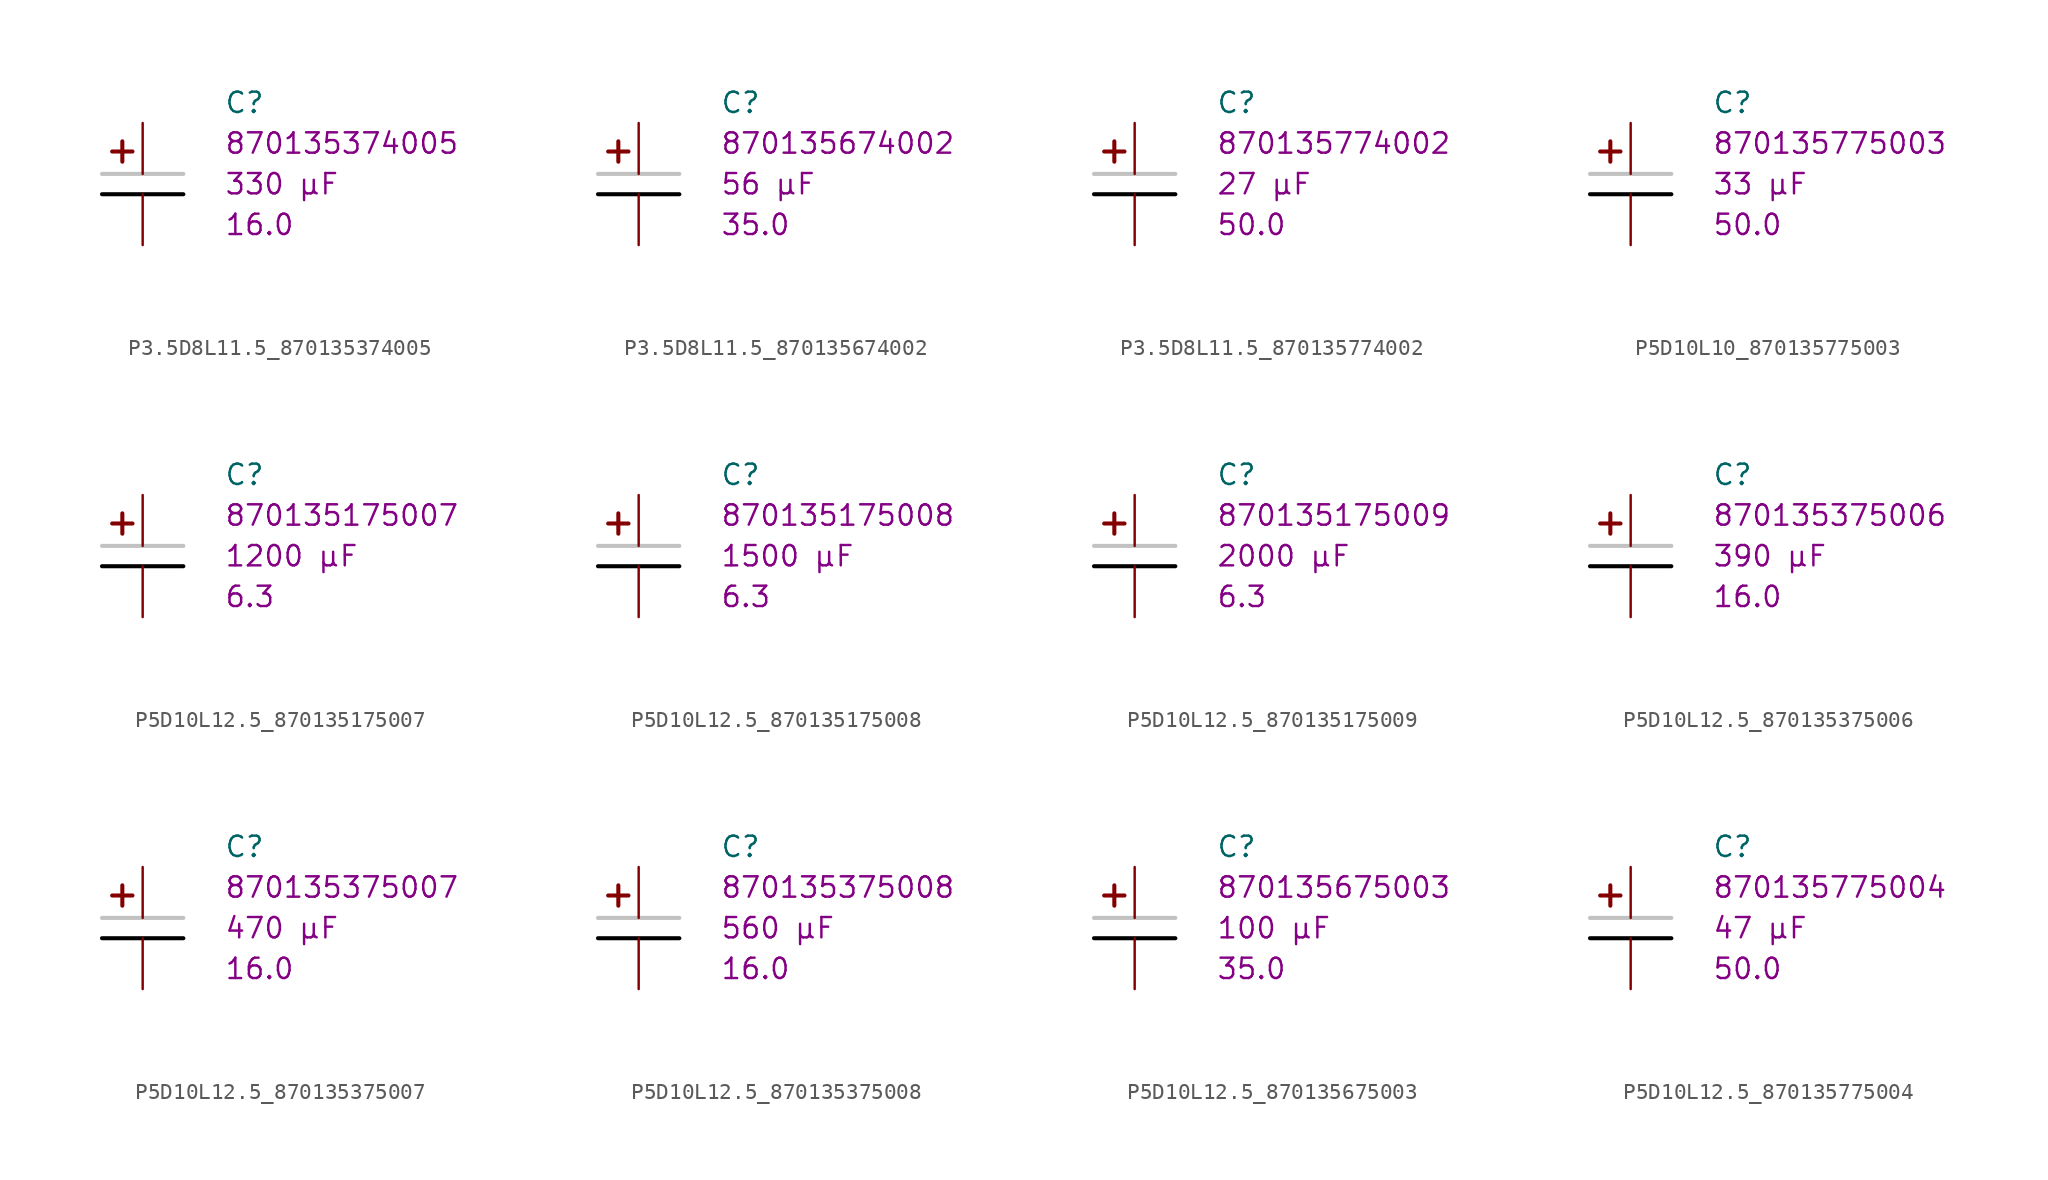
<source format=kicad_sym>
(kicad_symbol_lib
  (version 20220914)
  (generator kicad_symbol_editor)
  (symbol "P3.5D8L11.5_870135374005"
    (pin_numbers hide)
    (pin_names hide)
    (property "Reference" "C"
      (at 5.08 5.08 0)
      (effects (font (size 1.27 1.27)) (justify left)))
    (property "Part Number" "870135374005"
      (at 5.08 2.54 0)
      (effects (font (size 1.27 1.27)) (justify left)))
    (property "Capacitance" "330 µF"
      (at 5.08 0 0)
      (effects (font (size 1.27 1.27)) (justify left)))
    (property "Voltage" "16.0"
      (at 5.08 -2.54 0)
      (effects (font (size 1.27 1.27)) (justify left)))
    (property "Critical Parameter" ""
      (at 0 -7.62 0)
      (effects (font (size 1.27 1.27))))
    (symbol "P3.5D8L11.5_870135374005_1_1"
      (polyline (pts (xy -1.27 2.667) (xy -1.27 1.397)) (stroke (width 0.254) (type default)) (fill (type none)))
      (polyline (pts (xy -0.635 2.032) (xy -1.905 2.032)) (stroke (width 0.254) (type default)) (fill (type none)))
      (polyline (pts (xy 2.54 -0.635) (xy -2.54 -0.635)) (stroke (width 0.254) (type default) (color 0 0 0 1)) (fill (type none)))
      (polyline (pts (xy 2.54 0.635) (xy -2.54 0.635)) (stroke (width 0.254) (type default) (color 194 194 194 1)) (fill (type none)))
      (pin passive line (at 0 3.81 270) (length 3.175) (name "1" (effects (font (size 1.27 1.27)))) (number "1" (effects (font (size 1.27 1.27)))))
      (pin passive line (at 0 -3.81 90) (length 3.175) (name "2" (effects (font (size 1.27 1.27)))) (number "2" (effects (font (size 1.27 1.27)))))))
  (symbol "P3.5D8L11.5_870135674002"
    (pin_numbers hide)
    (pin_names hide)
    (property "Reference" "C"
      (at 5.08 5.08 0)
      (effects (font (size 1.27 1.27)) (justify left)))
    (property "Part Number" "870135674002"
      (at 5.08 2.54 0)
      (effects (font (size 1.27 1.27)) (justify left)))
    (property "Capacitance" "56 µF"
      (at 5.08 0 0)
      (effects (font (size 1.27 1.27)) (justify left)))
    (property "Voltage" "35.0"
      (at 5.08 -2.54 0)
      (effects (font (size 1.27 1.27)) (justify left)))
    (property "Critical Parameter" ""
      (at 0 -7.62 0)
      (effects (font (size 1.27 1.27))))
    (symbol "P3.5D8L11.5_870135674002_1_1"
      (polyline (pts (xy -1.27 2.667) (xy -1.27 1.397)) (stroke (width 0.254) (type default)) (fill (type none)))
      (polyline (pts (xy -0.635 2.032) (xy -1.905 2.032)) (stroke (width 0.254) (type default)) (fill (type none)))
      (polyline (pts (xy 2.54 -0.635) (xy -2.54 -0.635)) (stroke (width 0.254) (type default) (color 0 0 0 1)) (fill (type none)))
      (polyline (pts (xy 2.54 0.635) (xy -2.54 0.635)) (stroke (width 0.254) (type default) (color 194 194 194 1)) (fill (type none)))
      (pin passive line (at 0 3.81 270) (length 3.175) (name "1" (effects (font (size 1.27 1.27)))) (number "1" (effects (font (size 1.27 1.27)))))
      (pin passive line (at 0 -3.81 90) (length 3.175) (name "2" (effects (font (size 1.27 1.27)))) (number "2" (effects (font (size 1.27 1.27)))))))
  (symbol "P3.5D8L11.5_870135774002"
    (pin_numbers hide)
    (pin_names hide)
    (property "Reference" "C"
      (at 5.08 5.08 0)
      (effects (font (size 1.27 1.27)) (justify left)))
    (property "Part Number" "870135774002"
      (at 5.08 2.54 0)
      (effects (font (size 1.27 1.27)) (justify left)))
    (property "Capacitance" "27 µF"
      (at 5.08 0 0)
      (effects (font (size 1.27 1.27)) (justify left)))
    (property "Voltage" "50.0"
      (at 5.08 -2.54 0)
      (effects (font (size 1.27 1.27)) (justify left)))
    (property "Critical Parameter" ""
      (at 0 -7.62 0)
      (effects (font (size 1.27 1.27))))
    (symbol "P3.5D8L11.5_870135774002_1_1"
      (polyline (pts (xy -1.27 2.667) (xy -1.27 1.397)) (stroke (width 0.254) (type default)) (fill (type none)))
      (polyline (pts (xy -0.635 2.032) (xy -1.905 2.032)) (stroke (width 0.254) (type default)) (fill (type none)))
      (polyline (pts (xy 2.54 -0.635) (xy -2.54 -0.635)) (stroke (width 0.254) (type default) (color 0 0 0 1)) (fill (type none)))
      (polyline (pts (xy 2.54 0.635) (xy -2.54 0.635)) (stroke (width 0.254) (type default) (color 194 194 194 1)) (fill (type none)))
      (pin passive line (at 0 3.81 270) (length 3.175) (name "1" (effects (font (size 1.27 1.27)))) (number "1" (effects (font (size 1.27 1.27)))))
      (pin passive line (at 0 -3.81 90) (length 3.175) (name "2" (effects (font (size 1.27 1.27)))) (number "2" (effects (font (size 1.27 1.27)))))))
  (symbol "P5D10L10_870135775003"
    (pin_numbers hide)
    (pin_names hide)
    (property "Reference" "C"
      (at 5.08 5.08 0)
      (effects (font (size 1.27 1.27)) (justify left)))
    (property "Part Number" "870135775003"
      (at 5.08 2.54 0)
      (effects (font (size 1.27 1.27)) (justify left)))
    (property "Capacitance" "33 µF"
      (at 5.08 0 0)
      (effects (font (size 1.27 1.27)) (justify left)))
    (property "Voltage" "50.0"
      (at 5.08 -2.54 0)
      (effects (font (size 1.27 1.27)) (justify left)))
    (property "Critical Parameter" ""
      (at 0 -7.62 0)
      (effects (font (size 1.27 1.27))))
    (symbol "P5D10L10_870135775003_1_1"
      (polyline (pts (xy -1.27 2.667) (xy -1.27 1.397)) (stroke (width 0.254) (type default)) (fill (type none)))
      (polyline (pts (xy -0.635 2.032) (xy -1.905 2.032)) (stroke (width 0.254) (type default)) (fill (type none)))
      (polyline (pts (xy 2.54 -0.635) (xy -2.54 -0.635)) (stroke (width 0.254) (type default) (color 0 0 0 1)) (fill (type none)))
      (polyline (pts (xy 2.54 0.635) (xy -2.54 0.635)) (stroke (width 0.254) (type default) (color 194 194 194 1)) (fill (type none)))
      (pin passive line (at 0 3.81 270) (length 3.175) (name "1" (effects (font (size 1.27 1.27)))) (number "1" (effects (font (size 1.27 1.27)))))
      (pin passive line (at 0 -3.81 90) (length 3.175) (name "2" (effects (font (size 1.27 1.27)))) (number "2" (effects (font (size 1.27 1.27)))))))
  (symbol "P5D10L12.5_870135175007"
    (pin_numbers hide)
    (pin_names hide)
    (property "Reference" "C"
      (at 5.08 5.08 0)
      (effects (font (size 1.27 1.27)) (justify left)))
    (property "Part Number" "870135175007"
      (at 5.08 2.54 0)
      (effects (font (size 1.27 1.27)) (justify left)))
    (property "Capacitance" "1200 µF"
      (at 5.08 0 0)
      (effects (font (size 1.27 1.27)) (justify left)))
    (property "Voltage" "6.3"
      (at 5.08 -2.54 0)
      (effects (font (size 1.27 1.27)) (justify left)))
    (property "Critical Parameter" ""
      (at 0 -7.62 0)
      (effects (font (size 1.27 1.27))))
    (symbol "P5D10L12.5_870135175007_1_1"
      (polyline (pts (xy -1.27 2.667) (xy -1.27 1.397)) (stroke (width 0.254) (type default)) (fill (type none)))
      (polyline (pts (xy -0.635 2.032) (xy -1.905 2.032)) (stroke (width 0.254) (type default)) (fill (type none)))
      (polyline (pts (xy 2.54 -0.635) (xy -2.54 -0.635)) (stroke (width 0.254) (type default) (color 0 0 0 1)) (fill (type none)))
      (polyline (pts (xy 2.54 0.635) (xy -2.54 0.635)) (stroke (width 0.254) (type default) (color 194 194 194 1)) (fill (type none)))
      (pin passive line (at 0 3.81 270) (length 3.175) (name "1" (effects (font (size 1.27 1.27)))) (number "1" (effects (font (size 1.27 1.27)))))
      (pin passive line (at 0 -3.81 90) (length 3.175) (name "2" (effects (font (size 1.27 1.27)))) (number "2" (effects (font (size 1.27 1.27)))))))
  (symbol "P5D10L12.5_870135175008"
    (pin_numbers hide)
    (pin_names hide)
    (property "Reference" "C"
      (at 5.08 5.08 0)
      (effects (font (size 1.27 1.27)) (justify left)))
    (property "Part Number" "870135175008"
      (at 5.08 2.54 0)
      (effects (font (size 1.27 1.27)) (justify left)))
    (property "Capacitance" "1500 µF"
      (at 5.08 0 0)
      (effects (font (size 1.27 1.27)) (justify left)))
    (property "Voltage" "6.3"
      (at 5.08 -2.54 0)
      (effects (font (size 1.27 1.27)) (justify left)))
    (property "Critical Parameter" ""
      (at 0 -7.62 0)
      (effects (font (size 1.27 1.27))))
    (symbol "P5D10L12.5_870135175008_1_1"
      (polyline (pts (xy -1.27 2.667) (xy -1.27 1.397)) (stroke (width 0.254) (type default)) (fill (type none)))
      (polyline (pts (xy -0.635 2.032) (xy -1.905 2.032)) (stroke (width 0.254) (type default)) (fill (type none)))
      (polyline (pts (xy 2.54 -0.635) (xy -2.54 -0.635)) (stroke (width 0.254) (type default) (color 0 0 0 1)) (fill (type none)))
      (polyline (pts (xy 2.54 0.635) (xy -2.54 0.635)) (stroke (width 0.254) (type default) (color 194 194 194 1)) (fill (type none)))
      (pin passive line (at 0 3.81 270) (length 3.175) (name "1" (effects (font (size 1.27 1.27)))) (number "1" (effects (font (size 1.27 1.27)))))
      (pin passive line (at 0 -3.81 90) (length 3.175) (name "2" (effects (font (size 1.27 1.27)))) (number "2" (effects (font (size 1.27 1.27)))))))
  (symbol "P5D10L12.5_870135175009"
    (pin_numbers hide)
    (pin_names hide)
    (property "Reference" "C"
      (at 5.08 5.08 0)
      (effects (font (size 1.27 1.27)) (justify left)))
    (property "Part Number" "870135175009"
      (at 5.08 2.54 0)
      (effects (font (size 1.27 1.27)) (justify left)))
    (property "Capacitance" "2000 µF"
      (at 5.08 0 0)
      (effects (font (size 1.27 1.27)) (justify left)))
    (property "Voltage" "6.3"
      (at 5.08 -2.54 0)
      (effects (font (size 1.27 1.27)) (justify left)))
    (property "Critical Parameter" ""
      (at 0 -7.62 0)
      (effects (font (size 1.27 1.27))))
    (symbol "P5D10L12.5_870135175009_1_1"
      (polyline (pts (xy -1.27 2.667) (xy -1.27 1.397)) (stroke (width 0.254) (type default)) (fill (type none)))
      (polyline (pts (xy -0.635 2.032) (xy -1.905 2.032)) (stroke (width 0.254) (type default)) (fill (type none)))
      (polyline (pts (xy 2.54 -0.635) (xy -2.54 -0.635)) (stroke (width 0.254) (type default) (color 0 0 0 1)) (fill (type none)))
      (polyline (pts (xy 2.54 0.635) (xy -2.54 0.635)) (stroke (width 0.254) (type default) (color 194 194 194 1)) (fill (type none)))
      (pin passive line (at 0 3.81 270) (length 3.175) (name "1" (effects (font (size 1.27 1.27)))) (number "1" (effects (font (size 1.27 1.27)))))
      (pin passive line (at 0 -3.81 90) (length 3.175) (name "2" (effects (font (size 1.27 1.27)))) (number "2" (effects (font (size 1.27 1.27)))))))
  (symbol "P5D10L12.5_870135375006"
    (pin_numbers hide)
    (pin_names hide)
    (property "Reference" "C"
      (at 5.08 5.08 0)
      (effects (font (size 1.27 1.27)) (justify left)))
    (property "Part Number" "870135375006"
      (at 5.08 2.54 0)
      (effects (font (size 1.27 1.27)) (justify left)))
    (property "Capacitance" "390 µF"
      (at 5.08 0 0)
      (effects (font (size 1.27 1.27)) (justify left)))
    (property "Voltage" "16.0"
      (at 5.08 -2.54 0)
      (effects (font (size 1.27 1.27)) (justify left)))
    (property "Critical Parameter" ""
      (at 0 -7.62 0)
      (effects (font (size 1.27 1.27))))
    (symbol "P5D10L12.5_870135375006_1_1"
      (polyline (pts (xy -1.27 2.667) (xy -1.27 1.397)) (stroke (width 0.254) (type default)) (fill (type none)))
      (polyline (pts (xy -0.635 2.032) (xy -1.905 2.032)) (stroke (width 0.254) (type default)) (fill (type none)))
      (polyline (pts (xy 2.54 -0.635) (xy -2.54 -0.635)) (stroke (width 0.254) (type default) (color 0 0 0 1)) (fill (type none)))
      (polyline (pts (xy 2.54 0.635) (xy -2.54 0.635)) (stroke (width 0.254) (type default) (color 194 194 194 1)) (fill (type none)))
      (pin passive line (at 0 3.81 270) (length 3.175) (name "1" (effects (font (size 1.27 1.27)))) (number "1" (effects (font (size 1.27 1.27)))))
      (pin passive line (at 0 -3.81 90) (length 3.175) (name "2" (effects (font (size 1.27 1.27)))) (number "2" (effects (font (size 1.27 1.27)))))))
  (symbol "P5D10L12.5_870135375007"
    (pin_numbers hide)
    (pin_names hide)
    (property "Reference" "C"
      (at 5.08 5.08 0)
      (effects (font (size 1.27 1.27)) (justify left)))
    (property "Part Number" "870135375007"
      (at 5.08 2.54 0)
      (effects (font (size 1.27 1.27)) (justify left)))
    (property "Capacitance" "470 µF"
      (at 5.08 0 0)
      (effects (font (size 1.27 1.27)) (justify left)))
    (property "Voltage" "16.0"
      (at 5.08 -2.54 0)
      (effects (font (size 1.27 1.27)) (justify left)))
    (property "Critical Parameter" ""
      (at 0 -7.62 0)
      (effects (font (size 1.27 1.27))))
    (symbol "P5D10L12.5_870135375007_1_1"
      (polyline (pts (xy -1.27 2.667) (xy -1.27 1.397)) (stroke (width 0.254) (type default)) (fill (type none)))
      (polyline (pts (xy -0.635 2.032) (xy -1.905 2.032)) (stroke (width 0.254) (type default)) (fill (type none)))
      (polyline (pts (xy 2.54 -0.635) (xy -2.54 -0.635)) (stroke (width 0.254) (type default) (color 0 0 0 1)) (fill (type none)))
      (polyline (pts (xy 2.54 0.635) (xy -2.54 0.635)) (stroke (width 0.254) (type default) (color 194 194 194 1)) (fill (type none)))
      (pin passive line (at 0 3.81 270) (length 3.175) (name "1" (effects (font (size 1.27 1.27)))) (number "1" (effects (font (size 1.27 1.27)))))
      (pin passive line (at 0 -3.81 90) (length 3.175) (name "2" (effects (font (size 1.27 1.27)))) (number "2" (effects (font (size 1.27 1.27)))))))
  (symbol "P5D10L12.5_870135375008"
    (pin_numbers hide)
    (pin_names hide)
    (property "Reference" "C"
      (at 5.08 5.08 0)
      (effects (font (size 1.27 1.27)) (justify left)))
    (property "Part Number" "870135375008"
      (at 5.08 2.54 0)
      (effects (font (size 1.27 1.27)) (justify left)))
    (property "Capacitance" "560 µF"
      (at 5.08 0 0)
      (effects (font (size 1.27 1.27)) (justify left)))
    (property "Voltage" "16.0"
      (at 5.08 -2.54 0)
      (effects (font (size 1.27 1.27)) (justify left)))
    (property "Critical Parameter" ""
      (at 0 -7.62 0)
      (effects (font (size 1.27 1.27))))
    (symbol "P5D10L12.5_870135375008_1_1"
      (polyline (pts (xy -1.27 2.667) (xy -1.27 1.397)) (stroke (width 0.254) (type default)) (fill (type none)))
      (polyline (pts (xy -0.635 2.032) (xy -1.905 2.032)) (stroke (width 0.254) (type default)) (fill (type none)))
      (polyline (pts (xy 2.54 -0.635) (xy -2.54 -0.635)) (stroke (width 0.254) (type default) (color 0 0 0 1)) (fill (type none)))
      (polyline (pts (xy 2.54 0.635) (xy -2.54 0.635)) (stroke (width 0.254) (type default) (color 194 194 194 1)) (fill (type none)))
      (pin passive line (at 0 3.81 270) (length 3.175) (name "1" (effects (font (size 1.27 1.27)))) (number "1" (effects (font (size 1.27 1.27)))))
      (pin passive line (at 0 -3.81 90) (length 3.175) (name "2" (effects (font (size 1.27 1.27)))) (number "2" (effects (font (size 1.27 1.27)))))))
  (symbol "P5D10L12.5_870135675003"
    (pin_numbers hide)
    (pin_names hide)
    (property "Reference" "C"
      (at 5.08 5.08 0)
      (effects (font (size 1.27 1.27)) (justify left)))
    (property "Part Number" "870135675003"
      (at 5.08 2.54 0)
      (effects (font (size 1.27 1.27)) (justify left)))
    (property "Capacitance" "100 µF"
      (at 5.08 0 0)
      (effects (font (size 1.27 1.27)) (justify left)))
    (property "Voltage" "35.0"
      (at 5.08 -2.54 0)
      (effects (font (size 1.27 1.27)) (justify left)))
    (property "Critical Parameter" ""
      (at 0 -7.62 0)
      (effects (font (size 1.27 1.27))))
    (symbol "P5D10L12.5_870135675003_1_1"
      (polyline (pts (xy -1.27 2.667) (xy -1.27 1.397)) (stroke (width 0.254) (type default)) (fill (type none)))
      (polyline (pts (xy -0.635 2.032) (xy -1.905 2.032)) (stroke (width 0.254) (type default)) (fill (type none)))
      (polyline (pts (xy 2.54 -0.635) (xy -2.54 -0.635)) (stroke (width 0.254) (type default) (color 0 0 0 1)) (fill (type none)))
      (polyline (pts (xy 2.54 0.635) (xy -2.54 0.635)) (stroke (width 0.254) (type default) (color 194 194 194 1)) (fill (type none)))
      (pin passive line (at 0 3.81 270) (length 3.175) (name "1" (effects (font (size 1.27 1.27)))) (number "1" (effects (font (size 1.27 1.27)))))
      (pin passive line (at 0 -3.81 90) (length 3.175) (name "2" (effects (font (size 1.27 1.27)))) (number "2" (effects (font (size 1.27 1.27)))))))
  (symbol "P5D10L12.5_870135775004"
    (pin_numbers hide)
    (pin_names hide)
    (property "Reference" "C"
      (at 5.08 5.08 0)
      (effects (font (size 1.27 1.27)) (justify left)))
    (property "Part Number" "870135775004"
      (at 5.08 2.54 0)
      (effects (font (size 1.27 1.27)) (justify left)))
    (property "Capacitance" "47 µF"
      (at 5.08 0 0)
      (effects (font (size 1.27 1.27)) (justify left)))
    (property "Voltage" "50.0"
      (at 5.08 -2.54 0)
      (effects (font (size 1.27 1.27)) (justify left)))
    (property "Critical Parameter" ""
      (at 0 -7.62 0)
      (effects (font (size 1.27 1.27))))
    (symbol "P5D10L12.5_870135775004_1_1"
      (polyline (pts (xy -1.27 2.667) (xy -1.27 1.397)) (stroke (width 0.254) (type default)) (fill (type none)))
      (polyline (pts (xy -0.635 2.032) (xy -1.905 2.032)) (stroke (width 0.254) (type default)) (fill (type none)))
      (polyline (pts (xy 2.54 -0.635) (xy -2.54 -0.635)) (stroke (width 0.254) (type default) (color 0 0 0 1)) (fill (type none)))
      (polyline (pts (xy 2.54 0.635) (xy -2.54 0.635)) (stroke (width 0.254) (type default) (color 194 194 194 1)) (fill (type none)))
      (pin passive line (at 0 3.81 270) (length 3.175) (name "1" (effects (font (size 1.27 1.27)))) (number "1" (effects (font (size 1.27 1.27)))))
      (pin passive line (at 0 -3.81 90) (length 3.175) (name "2" (effects (font (size 1.27 1.27)))) (number "2" (effects (font (size 1.27 1.27))))))))
</source>
